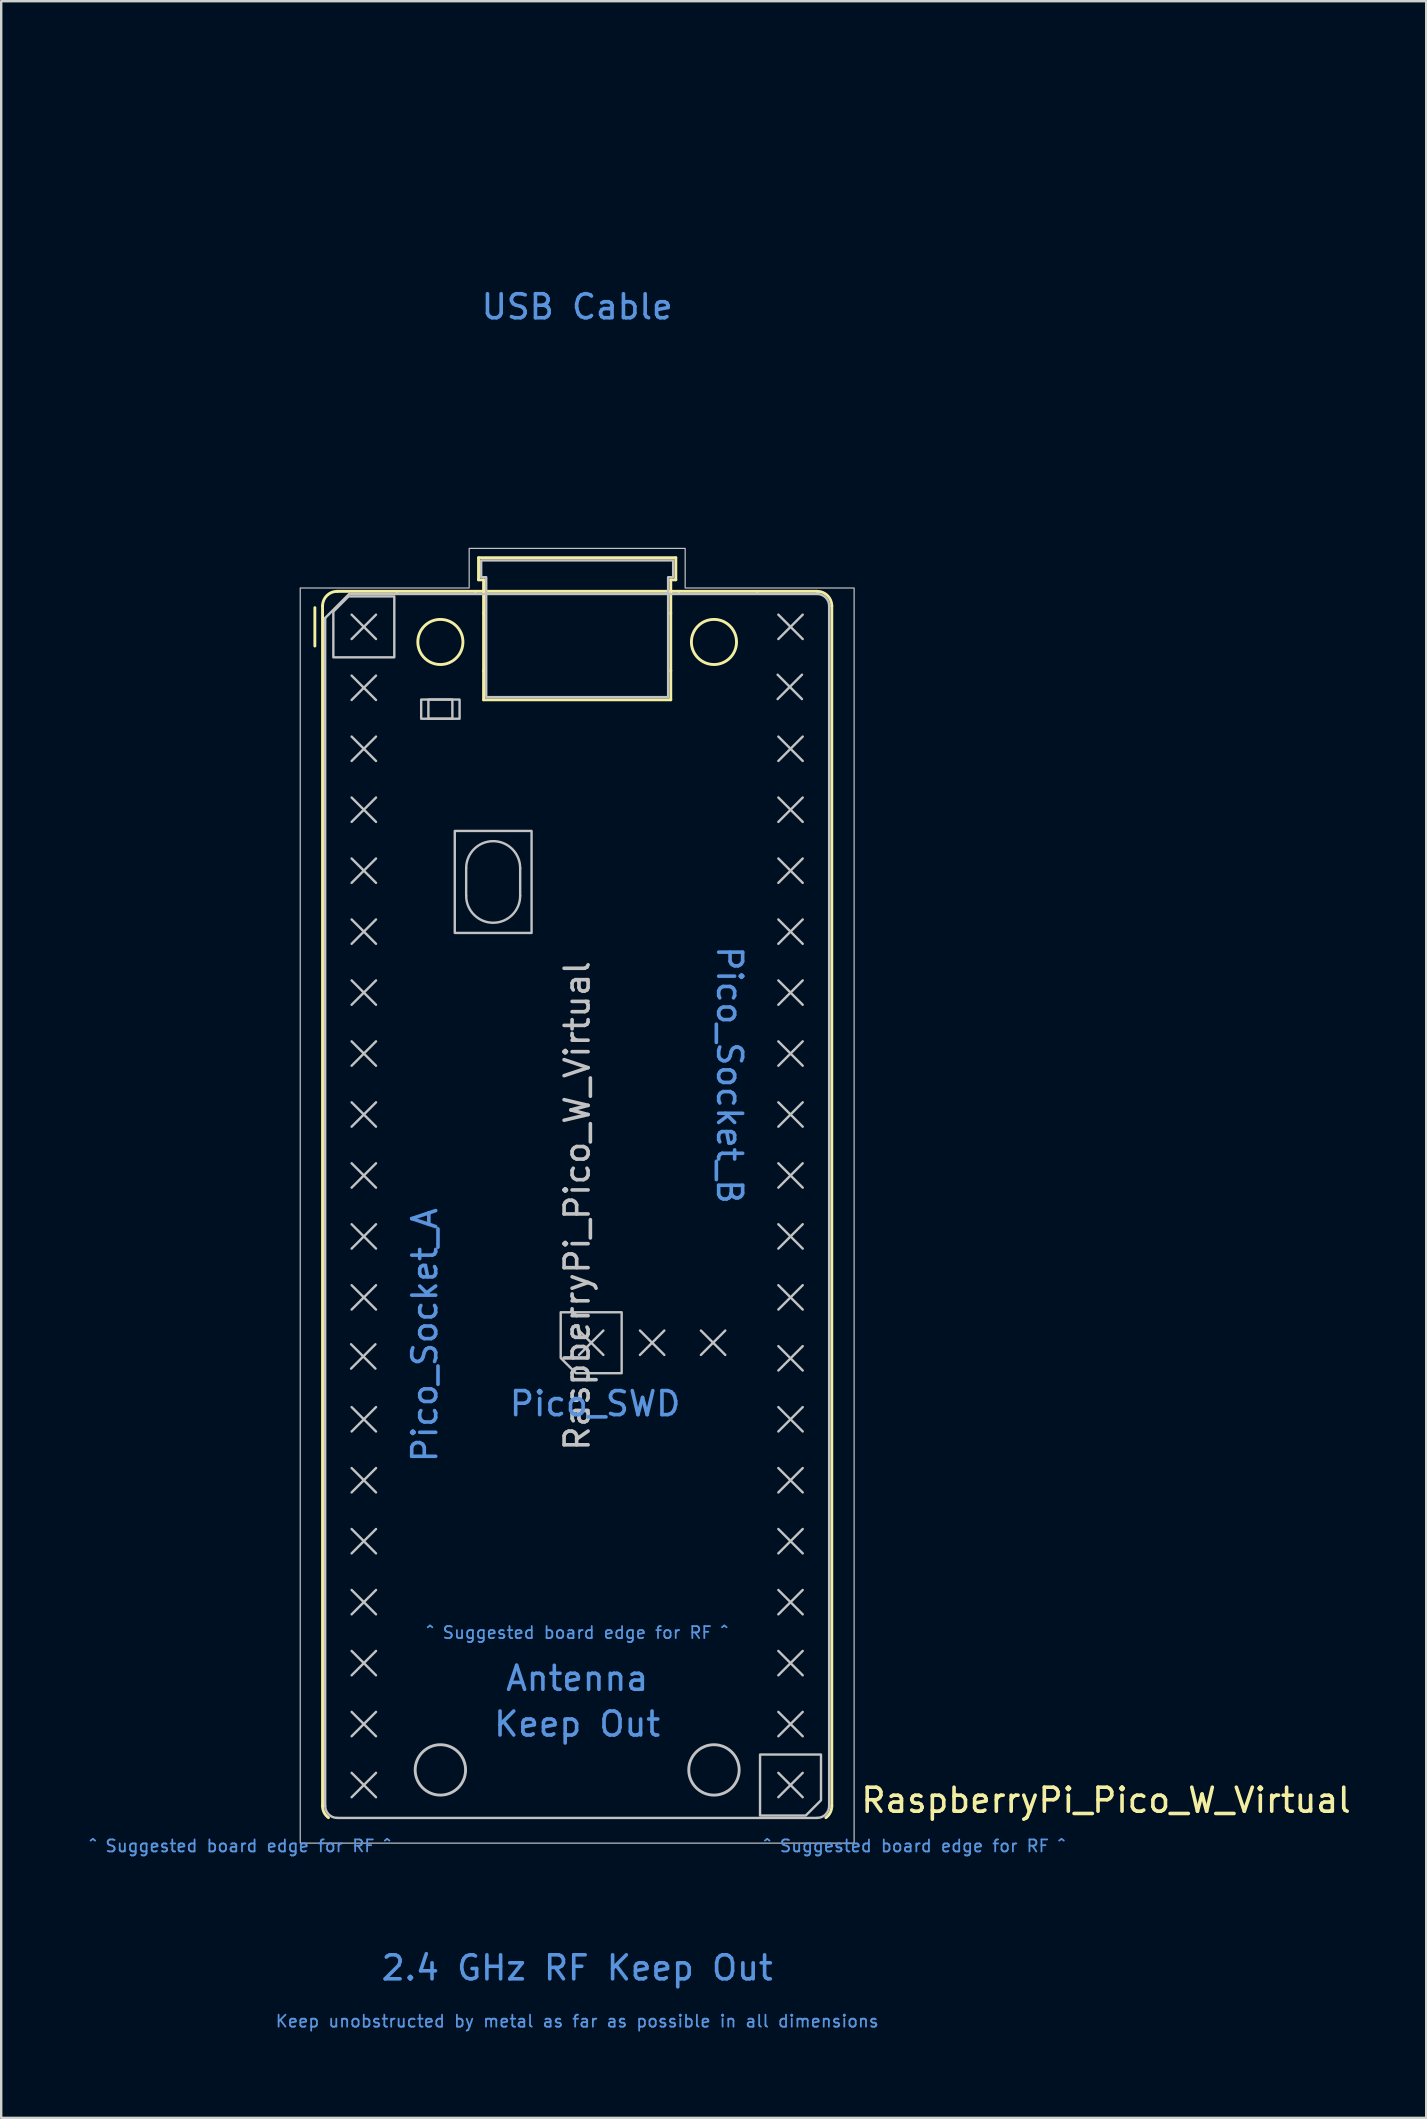
<source format=kicad_pcb>
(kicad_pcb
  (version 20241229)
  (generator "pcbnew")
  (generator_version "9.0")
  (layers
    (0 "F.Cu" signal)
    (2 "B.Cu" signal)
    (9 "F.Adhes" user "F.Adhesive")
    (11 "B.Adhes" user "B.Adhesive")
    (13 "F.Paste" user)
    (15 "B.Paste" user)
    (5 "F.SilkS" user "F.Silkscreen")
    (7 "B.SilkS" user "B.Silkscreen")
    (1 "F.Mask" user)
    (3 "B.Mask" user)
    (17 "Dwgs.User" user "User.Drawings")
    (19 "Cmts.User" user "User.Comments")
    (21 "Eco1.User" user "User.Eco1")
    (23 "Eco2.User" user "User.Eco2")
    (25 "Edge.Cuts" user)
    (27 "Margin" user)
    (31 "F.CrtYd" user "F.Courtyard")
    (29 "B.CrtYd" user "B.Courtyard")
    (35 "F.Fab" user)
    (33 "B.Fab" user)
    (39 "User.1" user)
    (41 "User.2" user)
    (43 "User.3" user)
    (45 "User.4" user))
  (footprint "RaspberryPi_Pico_W_Virtual"
    (layer "F.Cu")
    (at 21 47.2)
    (property "Reference" "RaspberryPi_Pico_W_Virtual" (at 11.748 24.765 0) (unlocked yes) (layer "F.SilkS") (effects (font (size 1 1) (thickness 0.15)) (justify left)))
    (attr exclude_from_pos_files allow_missing_courtyard)
    (fp_line (start -10.93 -23.33) (end -10.93 -24.93) (stroke (width 0.12) (type solid)) (layer "F.SilkS"))
    (fp_line (start -10.61 -25) (end -10.61 25) (stroke (width 0.12) (type solid)) (layer "F.SilkS"))
    (fp_line (start -10 -25.61) (end -7.51 -25.61) (stroke (width 0.12) (type solid)) (layer "F.SilkS"))
    (fp_line (start -7.51 -25.61) (end -4.235 -25.61) (stroke (width 0.12) (type solid)) (layer "F.SilkS"))
    (fp_line (start -4.235 -25.61) (end 4.235 -25.61) (stroke (width 0.12) (type solid)) (layer "F.SilkS"))
    (fp_line (start -4.11 -27.01) (end -4.11 -26.09) (stroke (width 0.12) (type solid)) (layer "F.SilkS"))
    (fp_line (start -4.11 -27.01) (end 4.11 -27.01) (stroke (width 0.12) (type solid)) (layer "F.SilkS"))
    (fp_line (start -4.11 -26.09) (end -3.9 -26.09) (stroke (width 0.12) (type solid)) (layer "F.SilkS"))
    (fp_line (start -3.9 -26.09) (end -3.9 -24.694) (stroke (width 0.12) (type solid)) (layer "F.SilkS"))
    (fp_line (start -3.9 -24.694) (end -3.9 -22.306) (stroke (width 0.12) (type default)) (layer "F.SilkS"))
    (fp_line (start -3.9 -22.306) (end -3.9 -21.09) (stroke (width 0.12) (type solid)) (layer "F.SilkS"))
    (fp_line (start 3.9 -26.09) (end 3.9 -24.694) (stroke (width 0.12) (type solid)) (layer "F.SilkS"))
    (fp_line (start 3.9 -24.694) (end 3.9 -22.306) (stroke (width 0.12) (type default)) (layer "F.SilkS"))
    (fp_line (start 3.9 -22.306) (end 3.9 -21.09) (stroke (width 0.12) (type solid)) (layer "F.SilkS"))
    (fp_line (start 3.9 -21.09) (end -3.9 -21.09) (stroke (width 0.12) (type solid)) (layer "F.SilkS"))
    (fp_line (start 4.11 -27.01) (end 4.11 -26.09) (stroke (width 0.12) (type solid)) (layer "F.SilkS"))
    (fp_line (start 4.11 -26.09) (end 3.9 -26.09) (stroke (width 0.12) (type solid)) (layer "F.SilkS"))
    (fp_line (start 4.235 -25.61) (end 7.51 -25.61) (stroke (width 0.12) (type solid)) (layer "F.SilkS"))
    (fp_line (start 7.51 -25.61) (end 10 -25.61) (stroke (width 0.12) (type solid)) (layer "F.SilkS"))
    (fp_line (start 10.61 -25) (end 10.61 25) (stroke (width 0.12) (type solid)) (layer "F.SilkS"))
    (fp_arc (start -10.61 -25) (mid -10.431335 -25.431335) (end -10 -25.61) (stroke (width 0.12) (type solid)) (layer "F.SilkS"))
    (fp_arc (start -10.363318 25.49) (mid -10.54485 25.274295) (end -10.61 25) (stroke (width 0.12) (type solid)) (layer "F.SilkS"))
    (fp_arc (start 10 -25.61) (mid 10.431335 -25.431335) (end 10.61 -25) (stroke (width 0.12) (type solid)) (layer "F.SilkS"))
    (fp_arc (start 10.61 25) (mid 10.544921 25.274336) (end 10.363342 25.490031) (stroke (width 0.12) (type solid)) (layer "F.SilkS"))
    (fp_circle (center -5.7 -23.5) (end -4.76 -23.5) (stroke (width 0.12) (type solid)) (fill no) (layer "F.SilkS"))
    (fp_circle (center 5.7 -23.5) (end 6.64 -23.5) (stroke (width 0.12) (type solid)) (fill no) (layer "F.SilkS"))
    (fp_line (start -10.5 -24.5) (end -9.5 -25.5) (stroke (width 0.1) (type solid)) (layer "Dwgs.User"))
    (fp_line (start -10.5 25) (end -10.5 -24.5) (stroke (width 0.1) (type solid)) (layer "Dwgs.User"))
    (fp_line (start -9.5 -25.5) (end 10 -25.5) (stroke (width 0.1) (type solid)) (layer "Dwgs.User"))
    (fp_line (start -9.422 5.763) (end -8.406 6.779) (stroke (width 0.1) (type solid)) (layer "Dwgs.User"))
    (fp_line (start -9.398 -24.638) (end -8.382 -23.622) (stroke (width 0.1) (type solid)) (layer "Dwgs.User"))
    (fp_line (start -9.398 -22.098) (end -8.382 -21.082) (stroke (width 0.1) (type solid)) (layer "Dwgs.User"))
    (fp_line (start -9.398 -19.558) (end -8.382 -18.542) (stroke (width 0.1) (type solid)) (layer "Dwgs.User"))
    (fp_line (start -9.398 -17.018) (end -8.382 -16.002) (stroke (width 0.1) (type solid)) (layer "Dwgs.User"))
    (fp_line (start -9.398 -14.478) (end -8.382 -13.462) (stroke (width 0.1) (type solid)) (layer "Dwgs.User"))
    (fp_line (start -9.398 -11.938) (end -8.382 -10.922) (stroke (width 0.1) (type solid)) (layer "Dwgs.User"))
    (fp_line (start -9.398 -9.398) (end -8.382 -8.382) (stroke (width 0.1) (type solid)) (layer "Dwgs.User"))
    (fp_line (start -9.398 -6.858) (end -8.382 -5.842) (stroke (width 0.1) (type solid)) (layer "Dwgs.User"))
    (fp_line (start -9.398 -4.318) (end -8.382 -3.302) (stroke (width 0.1) (type solid)) (layer "Dwgs.User"))
    (fp_line (start -9.398 -1.778) (end -8.382 -0.762) (stroke (width 0.1) (type solid)) (layer "Dwgs.User"))
    (fp_line (start -9.398 0.762) (end -8.382 1.778) (stroke (width 0.1) (type solid)) (layer "Dwgs.User"))
    (fp_line (start -9.398 3.302) (end -8.382 4.318) (stroke (width 0.1) (type solid)) (layer "Dwgs.User"))
    (fp_line (start -9.398 8.382) (end -8.382 9.398) (stroke (width 0.1) (type solid)) (layer "Dwgs.User"))
    (fp_line (start -9.398 10.922) (end -8.382 11.938) (stroke (width 0.1) (type solid)) (layer "Dwgs.User"))
    (fp_line (start -9.398 13.462) (end -8.382 14.478) (stroke (width 0.1) (type solid)) (layer "Dwgs.User"))
    (fp_line (start -9.398 16.002) (end -8.382 17.018) (stroke (width 0.1) (type solid)) (layer "Dwgs.User"))
    (fp_line (start -9.398 18.542) (end -8.382 19.558) (stroke (width 0.1) (type solid)) (layer "Dwgs.User"))
    (fp_line (start -9.398 21.082) (end -8.382 22.098) (stroke (width 0.1) (type solid)) (layer "Dwgs.User"))
    (fp_line (start -9.398 23.622) (end -8.382 24.638) (stroke (width 0.1) (type solid)) (layer "Dwgs.User"))
    (fp_line (start -8.406 5.763) (end -9.422 6.779) (stroke (width 0.1) (type solid)) (layer "Dwgs.User"))
    (fp_line (start -8.382 -24.638) (end -9.398 -23.622) (stroke (width 0.1) (type solid)) (layer "Dwgs.User"))
    (fp_line (start -8.382 -22.098) (end -9.398 -21.082) (stroke (width 0.1) (type solid)) (layer "Dwgs.User"))
    (fp_line (start -8.382 -19.558) (end -9.398 -18.542) (stroke (width 0.1) (type solid)) (layer "Dwgs.User"))
    (fp_line (start -8.382 -17.018) (end -9.398 -16.002) (stroke (width 0.1) (type solid)) (layer "Dwgs.User"))
    (fp_line (start -8.382 -14.478) (end -9.398 -13.462) (stroke (width 0.1) (type solid)) (layer "Dwgs.User"))
    (fp_line (start -8.382 -11.938) (end -9.398 -10.922) (stroke (width 0.1) (type solid)) (layer "Dwgs.User"))
    (fp_line (start -8.382 -9.398) (end -9.398 -8.382) (stroke (width 0.1) (type solid)) (layer "Dwgs.User"))
    (fp_line (start -8.382 -6.858) (end -9.398 -5.842) (stroke (width 0.1) (type solid)) (layer "Dwgs.User"))
    (fp_line (start -8.382 -4.318) (end -9.398 -3.302) (stroke (width 0.1) (type solid)) (layer "Dwgs.User"))
    (fp_line (start -8.382 -1.778) (end -9.398 -0.762) (stroke (width 0.1) (type solid)) (layer "Dwgs.User"))
    (fp_line (start -8.382 0.762) (end -9.398 1.778) (stroke (width 0.1) (type solid)) (layer "Dwgs.User"))
    (fp_line (start -8.382 3.302) (end -9.398 4.318) (stroke (width 0.1) (type solid)) (layer "Dwgs.User"))
    (fp_line (start -8.382 8.382) (end -9.398 9.398) (stroke (width 0.1) (type solid)) (layer "Dwgs.User"))
    (fp_line (start -8.382 10.922) (end -9.398 11.938) (stroke (width 0.1) (type solid)) (layer "Dwgs.User"))
    (fp_line (start -8.382 13.462) (end -9.398 14.478) (stroke (width 0.1) (type solid)) (layer "Dwgs.User"))
    (fp_line (start -8.382 16.002) (end -9.398 17.018) (stroke (width 0.1) (type solid)) (layer "Dwgs.User"))
    (fp_line (start -8.382 18.542) (end -9.398 19.558) (stroke (width 0.1) (type solid)) (layer "Dwgs.User"))
    (fp_line (start -8.382 21.082) (end -9.398 22.098) (stroke (width 0.1) (type solid)) (layer "Dwgs.User"))
    (fp_line (start -8.382 23.622) (end -9.398 24.638) (stroke (width 0.1) (type solid)) (layer "Dwgs.User"))
    (fp_line (start -4.625 -14.075) (end -4.625 -12.925) (stroke (width 0.1) (type solid)) (layer "Dwgs.User"))
    (fp_line (start -2.375 -14.075) (end -2.375 -12.925) (stroke (width 0.1) (type solid)) (layer "Dwgs.User"))
    (fp_line (start 0.076 5.192) (end 1.092 6.208) (stroke (width 0.1) (type solid)) (layer "Dwgs.User"))
    (fp_line (start 1.092 5.192) (end 0.076 6.208) (stroke (width 0.1) (type solid)) (layer "Dwgs.User"))
    (fp_line (start 2.616 5.192) (end 3.632 6.208) (stroke (width 0.1) (type solid)) (layer "Dwgs.User"))
    (fp_line (start 3.632 5.192) (end 2.616 6.208) (stroke (width 0.1) (type solid)) (layer "Dwgs.User"))
    (fp_line (start 5.156 5.192) (end 6.172 6.208) (stroke (width 0.1) (type solid)) (layer "Dwgs.User"))
    (fp_line (start 6.172 5.192) (end 5.156 6.208) (stroke (width 0.1) (type solid)) (layer "Dwgs.User"))
    (fp_line (start 8.352 -22.136) (end 9.368 -21.12) (stroke (width 0.1) (type solid)) (layer "Dwgs.User"))
    (fp_line (start 8.382 -24.638) (end 9.398 -23.622) (stroke (width 0.1) (type solid)) (layer "Dwgs.User"))
    (fp_line (start 8.382 -19.558) (end 9.398 -18.542) (stroke (width 0.1) (type solid)) (layer "Dwgs.User"))
    (fp_line (start 8.382 -17.018) (end 9.398 -16.002) (stroke (width 0.1) (type solid)) (layer "Dwgs.User"))
    (fp_line (start 8.382 -14.478) (end 9.398 -13.462) (stroke (width 0.1) (type solid)) (layer "Dwgs.User"))
    (fp_line (start 8.382 -11.938) (end 9.398 -10.922) (stroke (width 0.1) (type solid)) (layer "Dwgs.User"))
    (fp_line (start 8.382 -9.398) (end 9.398 -8.382) (stroke (width 0.1) (type solid)) (layer "Dwgs.User"))
    (fp_line (start 8.382 -6.858) (end 9.398 -5.842) (stroke (width 0.1) (type solid)) (layer "Dwgs.User"))
    (fp_line (start 8.382 -4.318) (end 9.398 -3.302) (stroke (width 0.1) (type solid)) (layer "Dwgs.User"))
    (fp_line (start 8.382 -1.778) (end 9.398 -0.762) (stroke (width 0.1) (type solid)) (layer "Dwgs.User"))
    (fp_line (start 8.382 0.762) (end 9.398 1.778) (stroke (width 0.1) (type solid)) (layer "Dwgs.User"))
    (fp_line (start 8.382 3.302) (end 9.398 4.318) (stroke (width 0.1) (type solid)) (layer "Dwgs.User"))
    (fp_line (start 8.382 5.842) (end 9.398 6.858) (stroke (width 0.1) (type solid)) (layer "Dwgs.User"))
    (fp_line (start 8.382 8.382) (end 9.398 9.398) (stroke (width 0.1) (type solid)) (layer "Dwgs.User"))
    (fp_line (start 8.382 10.922) (end 9.398 11.938) (stroke (width 0.1) (type solid)) (layer "Dwgs.User"))
    (fp_line (start 8.382 13.462) (end 9.398 14.478) (stroke (width 0.1) (type solid)) (layer "Dwgs.User"))
    (fp_line (start 8.382 16.002) (end 9.398 17.018) (stroke (width 0.1) (type solid)) (layer "Dwgs.User"))
    (fp_line (start 8.382 18.542) (end 9.398 19.558) (stroke (width 0.1) (type solid)) (layer "Dwgs.User"))
    (fp_line (start 8.382 21.082) (end 9.398 22.098) (stroke (width 0.1) (type solid)) (layer "Dwgs.User"))
    (fp_line (start 8.382 23.622) (end 9.398 24.638) (stroke (width 0.1) (type solid)) (layer "Dwgs.User"))
    (fp_line (start 9.368 -22.136) (end 8.352 -21.12) (stroke (width 0.1) (type solid)) (layer "Dwgs.User"))
    (fp_line (start 9.398 -24.638) (end 8.382 -23.622) (stroke (width 0.1) (type solid)) (layer "Dwgs.User"))
    (fp_line (start 9.398 -19.558) (end 8.382 -18.542) (stroke (width 0.1) (type solid)) (layer "Dwgs.User"))
    (fp_line (start 9.398 -17.018) (end 8.382 -16.002) (stroke (width 0.1) (type solid)) (layer "Dwgs.User"))
    (fp_line (start 9.398 -14.478) (end 8.382 -13.462) (stroke (width 0.1) (type solid)) (layer "Dwgs.User"))
    (fp_line (start 9.398 -11.938) (end 8.382 -10.922) (stroke (width 0.1) (type solid)) (layer "Dwgs.User"))
    (fp_line (start 9.398 -9.398) (end 8.382 -8.382) (stroke (width 0.1) (type solid)) (layer "Dwgs.User"))
    (fp_line (start 9.398 -6.858) (end 8.382 -5.842) (stroke (width 0.1) (type solid)) (layer "Dwgs.User"))
    (fp_line (start 9.398 -4.318) (end 8.382 -3.302) (stroke (width 0.1) (type solid)) (layer "Dwgs.User"))
    (fp_line (start 9.398 -1.778) (end 8.382 -0.762) (stroke (width 0.1) (type solid)) (layer "Dwgs.User"))
    (fp_line (start 9.398 0.762) (end 8.382 1.778) (stroke (width 0.1) (type solid)) (layer "Dwgs.User"))
    (fp_line (start 9.398 3.302) (end 8.382 4.318) (stroke (width 0.1) (type solid)) (layer "Dwgs.User"))
    (fp_line (start 9.398 5.842) (end 8.382 6.858) (stroke (width 0.1) (type solid)) (layer "Dwgs.User"))
    (fp_line (start 9.398 8.382) (end 8.382 9.398) (stroke (width 0.1) (type solid)) (layer "Dwgs.User"))
    (fp_line (start 9.398 10.922) (end 8.382 11.938) (stroke (width 0.1) (type solid)) (layer "Dwgs.User"))
    (fp_line (start 9.398 13.462) (end 8.382 14.478) (stroke (width 0.1) (type solid)) (layer "Dwgs.User"))
    (fp_line (start 9.398 16.002) (end 8.382 17.018) (stroke (width 0.1) (type solid)) (layer "Dwgs.User"))
    (fp_line (start 9.398 18.542) (end 8.382 19.558) (stroke (width 0.1) (type solid)) (layer "Dwgs.User"))
    (fp_line (start 9.398 21.082) (end 8.382 22.098) (stroke (width 0.1) (type solid)) (layer "Dwgs.User"))
    (fp_line (start 9.398 23.622) (end 8.382 24.638) (stroke (width 0.1) (type solid)) (layer "Dwgs.User"))
    (fp_line (start 10 25.5) (end -10 25.5) (stroke (width 0.1) (type solid)) (layer "Dwgs.User"))
    (fp_line (start 10.5 -25) (end 10.5 25) (stroke (width 0.1) (type solid)) (layer "Dwgs.User"))
    (fp_rect (start -6.5 -21.1) (end -4.9 -20.3) (stroke (width 0.1) (type solid)) (fill no) (layer "Dwgs.User"))
    (fp_rect (start -6.2 -21.1) (end -5.2 -20.3) (stroke (width 0.1) (type solid)) (fill no) (layer "Dwgs.User"))
    (fp_rect (start -5.1 -15.625) (end -1.9 -11.375) (stroke (width 0.1) (type solid)) (fill no) (layer "Dwgs.User"))
    (fp_arc (start -10 25.5) (mid -10.353553 25.353553) (end -10.5 25) (stroke (width 0.1) (type solid)) (layer "Dwgs.User"))
    (fp_arc (start -4.625 -14.075) (mid -3.5 -15.2) (end -2.375 -14.075) (stroke (width 0.1) (type solid)) (layer "Dwgs.User"))
    (fp_arc (start -2.375 -12.925) (mid -3.5 -11.8) (end -4.625 -12.925) (stroke (width 0.1) (type solid)) (layer "Dwgs.User"))
    (fp_arc (start 10 -25.5) (mid 10.353553 -25.353553) (end 10.5 -25) (stroke (width 0.1) (type solid)) (layer "Dwgs.User"))
    (fp_arc (start 10.5 25) (mid 10.353553 25.353553) (end 10 25.5) (stroke (width 0.1) (type solid)) (layer "Dwgs.User"))
    (fp_circle (center -5.7 23.5) (end -4.65 23.5) (stroke (width 0.12) (type solid)) (fill no) (layer "Dwgs.User"))
    (fp_circle (center 5.7 23.5) (end 6.75 23.5) (stroke (width 0.12) (type solid)) (fill no) (layer "Dwgs.User"))
    (fp_poly (pts (xy -10.16 -24.765) (xy -10.16 -22.86) (xy -7.62 -22.86) (xy -7.62 -25.4) (xy -9.525 -25.4)) (stroke (width 0.1) (type solid)) (fill no) (layer "Dwgs.User"))
    (fp_poly (pts (xy -0.051 6.97) (xy 1.854 6.97) (xy 1.854 4.43) (xy -0.686 4.43) (xy -0.686 6.335)) (stroke (width 0.1) (type solid)) (fill no) (layer "Dwgs.User"))
    (fp_poly (pts (xy 10.16 24.765) (xy 10.16 22.86) (xy 7.62 22.86) (xy 7.62 25.4) (xy 9.525 25.4)) (stroke (width 0.1) (type solid)) (fill no) (layer "Dwgs.User"))
    (fp_poly (pts (xy -4.5 -27.4) (xy 4.5 -27.4) (xy 4.5 -25.75) (xy 11.54 -25.75) (xy 11.54 26.55) (xy -11.54 26.55) (xy -11.54 -25.75) (xy -4.5 -25.75)) (stroke (width 0.05) (type solid)) (fill no) (layer "Dwgs.User"))
    (fp_poly (pts (xy 3.79 -21.2) (xy 3.79 -26.2) (xy 4 -26.2) (xy 4 -26.9) (xy -4 -26.9) (xy -4 -26.2) (xy -3.79 -26.2) (xy -3.79 -21.2)) (stroke (width 0.1) (type solid)) (fill no) (layer "Dwgs.User"))
    (fp_text user "${REFERENCE}" (at 0 0 90) (layer "Dwgs.User") (effects (font (size 1 1) (thickness 0.15))))
    (fp_text user "Pico_Socket_A" (at -6.35 0 90) (unlocked yes) (layer "Cmts.User") (effects (font (size 1 1) (thickness 0.15)) (justify right)))
    (fp_text user "^ Suggested board edge for RF ^" (at 14.05 26.67 0) (unlocked yes) (layer "Cmts.User") (effects (font (size 0.5 0.5) (thickness 0.075))))
    (fp_text user "Antenna" (at 0 19.685 0) (unlocked yes) (layer "Cmts.User") (effects (font (size 1 1) (thickness 0.15))))
    (fp_text user "^ Suggested board edge for RF ^" (at -14.05 26.67 0) (unlocked yes) (layer "Cmts.User") (effects (font (size 0.5 0.5) (thickness 0.075))))
    (fp_text user "Pico_SWD" (at 4.394 8.24 0) (unlocked yes) (layer "Cmts.User") (effects (font (size 1 1) (thickness 0.15)) (justify right)))
    (fp_text user "2.4 GHz RF Keep Out" (at 0 31.75 0) (unlocked yes) (layer "Cmts.User") (effects (font (size 1 1) (thickness 0.15))))
    (fp_text user "USB Cable" (at 0 -37.465 0) (unlocked yes) (layer "Cmts.User") (effects (font (size 1 1) (thickness 0.15))))
    (fp_text user "Pico_Socket_B" (at 6.35 0 270) (unlocked yes) (layer "Cmts.User") (effects (font (size 1 1) (thickness 0.15)) (justify right)))
    (fp_text user "Keep unobstructed by metal as far as possible in all dimensions" (at 0 33.972 0) (unlocked yes) (layer "Cmts.User") (effects (font (size 0.5 0.5) (thickness 0.075))))
    (fp_text user "^ Suggested board edge for RF ^" (at 0 17.78 0) (unlocked yes) (layer "Cmts.User") (effects (font (size 0.5 0.5) (thickness 0.075))))
    (fp_text user "Keep Out" (at 0 21.59 0) (unlocked yes) (layer "Cmts.User") (effects (font (size 1 1) (thickness 0.15))))
    (zone (net_name "") (layers "F.Cu" "B.Cu" "F.Paste" "B.Paste") (name "RF Copper Keep Out") (hatch full 0.5) (connect_pads) (min_thickness 0.254) (filled_areas_thickness no) (keepout (tracks not_allowed) (vias not_allowed) (pads not_allowed) (copperpour not_allowed) (footprints allowed)) (placement (enabled no)) (fill) (polygon (pts (xy 0 72.2) (xy 42 72.2) (xy 42 82.2) (xy 0 82.2))))
    (zone (net_name "") (layers "F.Cu" "B.Cu" "F.Paste" "B.Paste") (name "Antenna Copper Keep Out") (hatch full 0.5) (connect_pads) (min_thickness 0.254) (filled_areas_thickness no) (keepout (tracks not_allowed) (vias not_allowed) (pads not_allowed) (copperpour not_allowed) (footprints not_allowed)) (placement (enabled no)) (fill) (polygon (pts (xy 18.6 72.19) (xy 13.9 68.54) (xy 13.9 64.2) (xy 28.1 64.2) (xy 28.1 68.54) (xy 23.4 72.19) (xy 23.4 72.2) (xy 18.6 72.2))))
    (zone (net_name "") (layer "Edge.Cuts") (name "Board Keep Out Suggestion RF") (hatch edge 0.5) (connect_pads) (min_thickness 0.254) (filled_areas_thickness no) (keepout (tracks allowed) (vias allowed) (pads allowed) (copperpour allowed) (footprints allowed)) (placement (enabled no)) (fill) (polygon (pts (xy 28.1 73.2) (xy 42 73.2) (xy 42 82.2) (xy 0 82.2) (xy 0 73.2) (xy 13.9 73.2) (xy 13.9 64.2) (xy 28.1 64.2))))
    (zone (net_name "") (layer "F.CrtYd") (name "USB Cable") (hatch edge 0.5) (connect_pads) (min_thickness 0.254) (filled_areas_thickness no) (keepout (tracks allowed) (vias allowed) (pads allowed) (copperpour allowed) (footprints allowed)) (placement (enabled no)) (fill) (polygon (pts (xy 15.25 19.5) (xy 17.06 19.5) (xy 17.06 19.8) (xy 24.94 19.8) (xy 24.94 19.5) (xy 26.75 19.5) (xy 26.75 0) (xy 15.25 0)))))
  (gr_rect
    (start -3 -3)
    (end 56.378 85.2)
    (stroke (width 0.1) (type default))
    (fill no)
    (layer "Edge.Cuts")))
</source>
